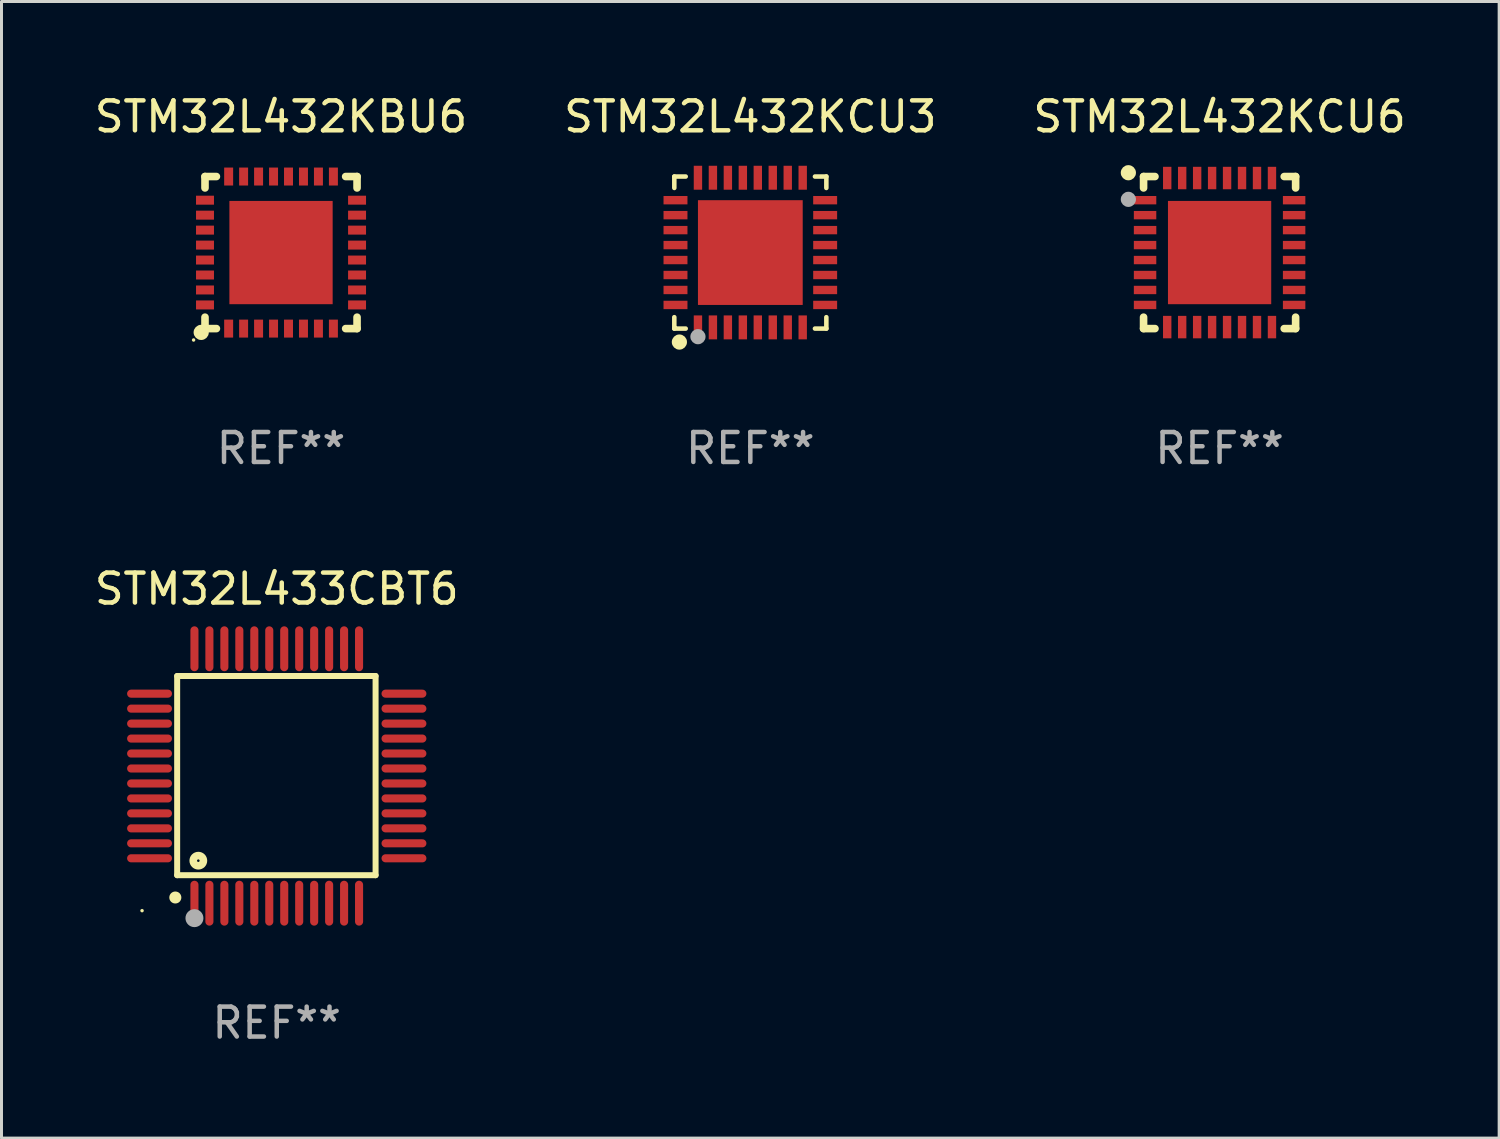
<source format=kicad_pcb>
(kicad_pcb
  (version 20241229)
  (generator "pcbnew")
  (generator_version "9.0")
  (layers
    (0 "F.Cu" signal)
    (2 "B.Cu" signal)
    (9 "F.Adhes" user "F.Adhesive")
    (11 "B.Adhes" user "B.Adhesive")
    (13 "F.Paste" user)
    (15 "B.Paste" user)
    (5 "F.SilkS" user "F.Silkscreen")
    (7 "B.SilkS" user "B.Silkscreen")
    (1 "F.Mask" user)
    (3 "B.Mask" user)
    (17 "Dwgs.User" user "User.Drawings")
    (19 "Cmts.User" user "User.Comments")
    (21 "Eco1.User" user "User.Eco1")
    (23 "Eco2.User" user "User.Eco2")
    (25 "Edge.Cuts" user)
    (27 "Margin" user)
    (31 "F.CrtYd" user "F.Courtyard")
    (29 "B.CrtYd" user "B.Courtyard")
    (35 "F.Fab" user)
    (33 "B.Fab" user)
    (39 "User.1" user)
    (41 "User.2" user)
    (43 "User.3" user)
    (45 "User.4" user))
  (footprint "STM32L432KCU6"
    (layer "F.Cu")
    (at 37.696 5.388)
    (property "Reference" "STM32L432KCU6" (at 0 -4.54 0) (layer "F.SilkS") (effects (font (size 1 1) (thickness 0.15))))
    (attr through_hole)
    (fp_line (start -2.54 -2.54) (end -2.159 -2.54) (stroke (width 0.254) (type solid)) (layer "F.SilkS"))
    (fp_line (start -2.54 -2.159) (end -2.54 -2.54) (stroke (width 0.254) (type solid)) (layer "F.SilkS"))
    (fp_line (start -2.54 2.54) (end -2.54 2.159) (stroke (width 0.254) (type solid)) (layer "F.SilkS"))
    (fp_line (start -2.159 2.54) (end -2.54 2.54) (stroke (width 0.254) (type solid)) (layer "F.SilkS"))
    (fp_line (start 2.159 -2.54) (end 2.54 -2.54) (stroke (width 0.254) (type solid)) (layer "F.SilkS"))
    (fp_line (start 2.54 -2.54) (end 2.54 -2.159) (stroke (width 0.254) (type solid)) (layer "F.SilkS"))
    (fp_line (start 2.54 2.159) (end 2.54 2.54) (stroke (width 0.254) (type solid)) (layer "F.SilkS"))
    (fp_line (start 2.54 2.54) (end 2.159 2.54) (stroke (width 0.254) (type solid)) (layer "F.SilkS"))
    (fp_circle (center -3.048 -2.667) (end -2.921 -2.667) (stroke (width 0.254) (type solid)) (fill no) (layer "F.SilkS"))
    (fp_circle (center -2.5 -2.5) (end -2.47 -2.5) (stroke (width 0.06) (type solid)) (fill no) (layer "F.SilkS"))
    (fp_circle (center -3.048 -1.778) (end -2.921 -1.778) (stroke (width 0.254) (type solid)) (fill no) (layer "F.Fab"))
    (fp_text user "REF**" (at 0 6.54 0) (layer "F.Fab") (effects (font (size 1 1) (thickness 0.15))))
    (pad "1" smd rect (at -2.49 -1.75) (size 0.75 0.28) (layers "F.Cu" "F.Mask" "F.Paste"))
    (pad "2" smd rect (at -2.49 -1.25) (size 0.75 0.28) (layers "F.Cu" "F.Mask" "F.Paste"))
    (pad "3" smd rect (at -2.49 -0.75) (size 0.75 0.28) (layers "F.Cu" "F.Mask" "F.Paste"))
    (pad "4" smd rect (at -2.49 -0.25) (size 0.75 0.28) (layers "F.Cu" "F.Mask" "F.Paste"))
    (pad "5" smd rect (at -2.49 0.25) (size 0.75 0.28) (layers "F.Cu" "F.Mask" "F.Paste"))
    (pad "6" smd rect (at -2.49 0.75) (size 0.75 0.28) (layers "F.Cu" "F.Mask" "F.Paste"))
    (pad "7" smd rect (at -2.49 1.25) (size 0.75 0.28) (layers "F.Cu" "F.Mask" "F.Paste"))
    (pad "8" smd rect (at -2.49 1.75) (size 0.75 0.28) (layers "F.Cu" "F.Mask" "F.Paste"))
    (pad "9" smd rect (at -1.75 2.49) (size 0.28 0.75) (layers "F.Cu" "F.Mask" "F.Paste"))
    (pad "10" smd rect (at -1.25 2.49) (size 0.28 0.75) (layers "F.Cu" "F.Mask" "F.Paste"))
    (pad "11" smd rect (at -0.75 2.49) (size 0.28 0.75) (layers "F.Cu" "F.Mask" "F.Paste"))
    (pad "12" smd rect (at -0.25 2.49) (size 0.28 0.75) (layers "F.Cu" "F.Mask" "F.Paste"))
    (pad "13" smd rect (at 0.25 2.49) (size 0.28 0.75) (layers "F.Cu" "F.Mask" "F.Paste"))
    (pad "14" smd rect (at 0.75 2.49) (size 0.28 0.75) (layers "F.Cu" "F.Mask" "F.Paste"))
    (pad "15" smd rect (at 1.25 2.49) (size 0.28 0.75) (layers "F.Cu" "F.Mask" "F.Paste"))
    (pad "16" smd rect (at 1.75 2.49) (size 0.28 0.75) (layers "F.Cu" "F.Mask" "F.Paste"))
    (pad "17" smd rect (at 2.49 1.75) (size 0.75 0.28) (layers "F.Cu" "F.Mask" "F.Paste"))
    (pad "18" smd rect (at 2.49 1.25) (size 0.75 0.28) (layers "F.Cu" "F.Mask" "F.Paste"))
    (pad "19" smd rect (at 2.49 0.75) (size 0.75 0.28) (layers "F.Cu" "F.Mask" "F.Paste"))
    (pad "20" smd rect (at 2.49 0.25) (size 0.75 0.28) (layers "F.Cu" "F.Mask" "F.Paste"))
    (pad "21" smd rect (at 2.49 -0.25) (size 0.75 0.28) (layers "F.Cu" "F.Mask" "F.Paste"))
    (pad "22" smd rect (at 2.49 -0.75) (size 0.75 0.28) (layers "F.Cu" "F.Mask" "F.Paste"))
    (pad "23" smd rect (at 2.49 -1.25) (size 0.75 0.28) (layers "F.Cu" "F.Mask" "F.Paste"))
    (pad "24" smd rect (at 2.49 -1.75) (size 0.75 0.28) (layers "F.Cu" "F.Mask" "F.Paste"))
    (pad "25" smd rect (at 1.75 -2.49) (size 0.28 0.75) (layers "F.Cu" "F.Mask" "F.Paste"))
    (pad "26" smd rect (at 1.25 -2.49) (size 0.28 0.75) (layers "F.Cu" "F.Mask" "F.Paste"))
    (pad "27" smd rect (at 0.75 -2.49) (size 0.28 0.75) (layers "F.Cu" "F.Mask" "F.Paste"))
    (pad "28" smd rect (at 0.25 -2.49) (size 0.28 0.75) (layers "F.Cu" "F.Mask" "F.Paste"))
    (pad "29" smd rect (at -0.25 -2.49) (size 0.28 0.75) (layers "F.Cu" "F.Mask" "F.Paste"))
    (pad "30" smd rect (at -0.75 -2.49) (size 0.28 0.75) (layers "F.Cu" "F.Mask" "F.Paste"))
    (pad "31" smd rect (at -1.25 -2.49) (size 0.28 0.75) (layers "F.Cu" "F.Mask" "F.Paste"))
    (pad "32" smd rect (at -1.75 -2.49) (size 0.28 0.75) (layers "F.Cu" "F.Mask" "F.Paste"))
    (pad "33" smd rect (at 0 0) (size 3.45 3.45) (layers "F.Cu" "F.Mask" "F.Paste")))
  (footprint "STM32L432KCU3"
    (layer "F.Cu")
    (at 22.018 5.388)
    (property "Reference" "STM32L432KCU3" (at 0 -4.54 0) (layer "F.SilkS") (effects (font (size 1 1) (thickness 0.15))))
    (attr through_hole)
    (fp_line (start -2.54 -2.54) (end -2.159 -2.54) (stroke (width 0.152) (type solid)) (layer "F.SilkS"))
    (fp_line (start -2.54 -2.159) (end -2.54 -2.54) (stroke (width 0.152) (type solid)) (layer "F.SilkS"))
    (fp_line (start -2.54 2.54) (end -2.54 2.159) (stroke (width 0.152) (type solid)) (layer "F.SilkS"))
    (fp_line (start -2.159 2.54) (end -2.54 2.54) (stroke (width 0.152) (type solid)) (layer "F.SilkS"))
    (fp_line (start 2.159 -2.54) (end 2.54 -2.54) (stroke (width 0.152) (type solid)) (layer "F.SilkS"))
    (fp_line (start 2.54 -2.54) (end 2.54 -2.159) (stroke (width 0.152) (type solid)) (layer "F.SilkS"))
    (fp_line (start 2.54 2.159) (end 2.54 2.54) (stroke (width 0.152) (type solid)) (layer "F.SilkS"))
    (fp_line (start 2.54 2.54) (end 2.159 2.54) (stroke (width 0.152) (type solid)) (layer "F.SilkS"))
    (fp_circle (center -2.5 2.5) (end -2.47 2.5) (stroke (width 0.06) (type solid)) (fill no) (layer "F.SilkS"))
    (fp_circle (center -2.37 2.99) (end -2.243 2.99) (stroke (width 0.254) (type solid)) (fill no) (layer "F.SilkS"))
    (fp_circle (center -1.75 2.81) (end -1.623 2.81) (stroke (width 0.254) (type solid)) (fill no) (layer "F.Fab"))
    (fp_text user "REF**" (at 0 6.54 0) (layer "F.Fab") (effects (font (size 1 1) (thickness 0.15))))
    (pad "1" smd rect (at -1.75 2.5) (size 0.28 0.8) (layers "F.Cu" "F.Mask" "F.Paste"))
    (pad "2" smd rect (at -1.25 2.5) (size 0.28 0.8) (layers "F.Cu" "F.Mask" "F.Paste"))
    (pad "3" smd rect (at -0.75 2.5) (size 0.28 0.8) (layers "F.Cu" "F.Mask" "F.Paste"))
    (pad "4" smd rect (at -0.25 2.5) (size 0.28 0.8) (layers "F.Cu" "F.Mask" "F.Paste"))
    (pad "5" smd rect (at 0.25 2.5) (size 0.28 0.8) (layers "F.Cu" "F.Mask" "F.Paste"))
    (pad "6" smd rect (at 0.75 2.5) (size 0.28 0.8) (layers "F.Cu" "F.Mask" "F.Paste"))
    (pad "7" smd rect (at 1.25 2.5) (size 0.28 0.8) (layers "F.Cu" "F.Mask" "F.Paste"))
    (pad "8" smd rect (at 1.75 2.5) (size 0.28 0.8) (layers "F.Cu" "F.Mask" "F.Paste"))
    (pad "9" smd rect (at 2.5 1.75) (size 0.8 0.28) (layers "F.Cu" "F.Mask" "F.Paste"))
    (pad "10" smd rect (at 2.5 1.25) (size 0.8 0.28) (layers "F.Cu" "F.Mask" "F.Paste"))
    (pad "11" smd rect (at 2.5 0.75) (size 0.8 0.28) (layers "F.Cu" "F.Mask" "F.Paste"))
    (pad "12" smd rect (at 2.5 0.25) (size 0.8 0.28) (layers "F.Cu" "F.Mask" "F.Paste"))
    (pad "13" smd rect (at 2.5 -0.25) (size 0.8 0.28) (layers "F.Cu" "F.Mask" "F.Paste"))
    (pad "14" smd rect (at 2.5 -0.75) (size 0.8 0.28) (layers "F.Cu" "F.Mask" "F.Paste"))
    (pad "15" smd rect (at 2.5 -1.25) (size 0.8 0.28) (layers "F.Cu" "F.Mask" "F.Paste"))
    (pad "16" smd rect (at 2.5 -1.75) (size 0.8 0.28) (layers "F.Cu" "F.Mask" "F.Paste"))
    (pad "17" smd rect (at 1.75 -2.5) (size 0.28 0.8) (layers "F.Cu" "F.Mask" "F.Paste"))
    (pad "18" smd rect (at 1.25 -2.5) (size 0.28 0.8) (layers "F.Cu" "F.Mask" "F.Paste"))
    (pad "19" smd rect (at 0.75 -2.5) (size 0.28 0.8) (layers "F.Cu" "F.Mask" "F.Paste"))
    (pad "20" smd rect (at 0.25 -2.5) (size 0.28 0.8) (layers "F.Cu" "F.Mask" "F.Paste"))
    (pad "21" smd rect (at -0.25 -2.5) (size 0.28 0.8) (layers "F.Cu" "F.Mask" "F.Paste"))
    (pad "22" smd rect (at -0.75 -2.5) (size 0.28 0.8) (layers "F.Cu" "F.Mask" "F.Paste"))
    (pad "23" smd rect (at -1.25 -2.5) (size 0.28 0.8) (layers "F.Cu" "F.Mask" "F.Paste"))
    (pad "24" smd rect (at -1.75 -2.5) (size 0.28 0.8) (layers "F.Cu" "F.Mask" "F.Paste"))
    (pad "25" smd rect (at -2.5 -1.75) (size 0.8 0.28) (layers "F.Cu" "F.Mask" "F.Paste"))
    (pad "26" smd rect (at -2.5 -1.25) (size 0.8 0.28) (layers "F.Cu" "F.Mask" "F.Paste"))
    (pad "27" smd rect (at -2.5 -0.75) (size 0.8 0.28) (layers "F.Cu" "F.Mask" "F.Paste"))
    (pad "28" smd rect (at -2.5 -0.25) (size 0.8 0.28) (layers "F.Cu" "F.Mask" "F.Paste"))
    (pad "29" smd rect (at -2.5 0.25) (size 0.8 0.28) (layers "F.Cu" "F.Mask" "F.Paste"))
    (pad "30" smd rect (at -2.5 0.75) (size 0.8 0.28) (layers "F.Cu" "F.Mask" "F.Paste"))
    (pad "31" smd rect (at -2.5 1.25) (size 0.8 0.28) (layers "F.Cu" "F.Mask" "F.Paste"))
    (pad "32" smd rect (at -2.5 1.75) (size 0.8 0.28) (layers "F.Cu" "F.Mask" "F.Paste"))
    (pad "33" smd rect (at 0.000127 0.000127) (size 3.5 3.5) (layers "F.Cu" "F.Mask" "F.Paste")))
  (footprint "STM32L433CBT6"
    (layer "F.Cu")
    (at 6.196 22.875)
    (property "Reference" "STM32L433CBT6" (at 0 -6.25 0) (layer "F.SilkS") (effects (font (size 1 1) (thickness 0.15))))
    (attr through_hole)
    (fp_line (start -3.327 -3.34) (end -2.565 -3.34) (stroke (width 0.2) (type solid)) (layer "F.SilkS"))
    (fp_line (start -3.327 3.315) (end -3.327 -3.34) (stroke (width 0.2) (type solid)) (layer "F.SilkS"))
    (fp_line (start -2.896 -3.34) (end 3.302 -3.34) (stroke (width 0.2) (type solid)) (layer "F.SilkS"))
    (fp_line (start 3.302 -3.34) (end 3.302 3.315) (stroke (width 0.2) (type solid)) (layer "F.SilkS"))
    (fp_line (start 3.302 3.315) (end -3.327 3.315) (stroke (width 0.2) (type solid)) (layer "F.SilkS"))
    (fp_arc (start -3.389992 4.059995) (mid -3.388722 4.059991) (end -3.387452 4.059995) (stroke (width 0.4) (type solid)) (layer "F.SilkS"))
    (fp_circle (center -4.5 4.5) (end -4.47 4.5) (stroke (width 0.06) (type solid)) (fill no) (layer "F.SilkS"))
    (fp_circle (center -2.62 2.83) (end -2.45 2.83) (stroke (width 0.254) (type solid)) (fill no) (layer "F.SilkS"))
    (fp_circle (center -2.75 4.75) (end -2.6 4.75) (stroke (width 0.3) (type solid)) (fill no) (layer "F.Fab"))
    (fp_text user "REF**" (at 0 8.25 0) (layer "F.Fab") (effects (font (size 1 1) (thickness 0.15))))
    (pad "1" smd oval (at -2.75 4.25) (size 0.27 1.5) (layers "F.Cu" "F.Mask" "F.Paste"))
    (pad "2" smd oval (at -2.25 4.25) (size 0.27 1.5) (layers "F.Cu" "F.Mask" "F.Paste"))
    (pad "3" smd oval (at -1.75 4.25) (size 0.27 1.5) (layers "F.Cu" "F.Mask" "F.Paste"))
    (pad "4" smd oval (at -1.25 4.25) (size 0.27 1.5) (layers "F.Cu" "F.Mask" "F.Paste"))
    (pad "5" smd oval (at -0.75 4.25) (size 0.27 1.5) (layers "F.Cu" "F.Mask" "F.Paste"))
    (pad "6" smd oval (at -0.25 4.25) (size 0.27 1.5) (layers "F.Cu" "F.Mask" "F.Paste"))
    (pad "7" smd oval (at 0.25 4.25) (size 0.27 1.5) (layers "F.Cu" "F.Mask" "F.Paste"))
    (pad "8" smd oval (at 0.75 4.25) (size 0.27 1.5) (layers "F.Cu" "F.Mask" "F.Paste"))
    (pad "9" smd oval (at 1.25 4.25) (size 0.27 1.5) (layers "F.Cu" "F.Mask" "F.Paste"))
    (pad "10" smd oval (at 1.75 4.25) (size 0.27 1.5) (layers "F.Cu" "F.Mask" "F.Paste"))
    (pad "11" smd oval (at 2.25 4.25) (size 0.27 1.5) (layers "F.Cu" "F.Mask" "F.Paste"))
    (pad "12" smd oval (at 2.75 4.25) (size 0.27 1.5) (layers "F.Cu" "F.Mask" "F.Paste"))
    (pad "13" smd oval (at 4.25 2.75) (size 1.5 0.27) (layers "F.Cu" "F.Mask" "F.Paste"))
    (pad "14" smd oval (at 4.25 2.25) (size 1.5 0.27) (layers "F.Cu" "F.Mask" "F.Paste"))
    (pad "15" smd oval (at 4.25 1.75) (size 1.5 0.27) (layers "F.Cu" "F.Mask" "F.Paste"))
    (pad "16" smd oval (at 4.25 1.25) (size 1.5 0.27) (layers "F.Cu" "F.Mask" "F.Paste"))
    (pad "17" smd oval (at 4.25 0.75) (size 1.5 0.27) (layers "F.Cu" "F.Mask" "F.Paste"))
    (pad "18" smd oval (at 4.25 0.25) (size 1.5 0.27) (layers "F.Cu" "F.Mask" "F.Paste"))
    (pad "19" smd oval (at 4.25 -0.25) (size 1.5 0.27) (layers "F.Cu" "F.Mask" "F.Paste"))
    (pad "20" smd oval (at 4.25 -0.75) (size 1.5 0.27) (layers "F.Cu" "F.Mask" "F.Paste"))
    (pad "21" smd oval (at 4.25 -1.25) (size 1.5 0.27) (layers "F.Cu" "F.Mask" "F.Paste"))
    (pad "22" smd oval (at 4.25 -1.75) (size 1.5 0.27) (layers "F.Cu" "F.Mask" "F.Paste"))
    (pad "23" smd oval (at 4.25 -2.25) (size 1.5 0.27) (layers "F.Cu" "F.Mask" "F.Paste"))
    (pad "24" smd oval (at 4.25 -2.75) (size 1.5 0.27) (layers "F.Cu" "F.Mask" "F.Paste"))
    (pad "25" smd oval (at 2.75 -4.25) (size 0.27 1.5) (layers "F.Cu" "F.Mask" "F.Paste"))
    (pad "26" smd oval (at 2.25 -4.25) (size 0.27 1.5) (layers "F.Cu" "F.Mask" "F.Paste"))
    (pad "27" smd oval (at 1.75 -4.25) (size 0.27 1.5) (layers "F.Cu" "F.Mask" "F.Paste"))
    (pad "28" smd oval (at 1.25 -4.25) (size 0.27 1.5) (layers "F.Cu" "F.Mask" "F.Paste"))
    (pad "29" smd oval (at 0.75 -4.25) (size 0.27 1.5) (layers "F.Cu" "F.Mask" "F.Paste"))
    (pad "30" smd oval (at 0.25 -4.25) (size 0.27 1.5) (layers "F.Cu" "F.Mask" "F.Paste"))
    (pad "31" smd oval (at -0.25 -4.25) (size 0.27 1.5) (layers "F.Cu" "F.Mask" "F.Paste"))
    (pad "32" smd oval (at -0.75 -4.25) (size 0.27 1.5) (layers "F.Cu" "F.Mask" "F.Paste"))
    (pad "33" smd oval (at -1.25 -4.25) (size 0.27 1.5) (layers "F.Cu" "F.Mask" "F.Paste"))
    (pad "34" smd oval (at -1.75 -4.25) (size 0.27 1.5) (layers "F.Cu" "F.Mask" "F.Paste"))
    (pad "35" smd oval (at -2.25 -4.25) (size 0.27 1.5) (layers "F.Cu" "F.Mask" "F.Paste"))
    (pad "36" smd oval (at -2.75 -4.25) (size 0.27 1.5) (layers "F.Cu" "F.Mask" "F.Paste"))
    (pad "37" smd oval (at -4.25 -2.75) (size 1.5 0.27) (layers "F.Cu" "F.Mask" "F.Paste"))
    (pad "38" smd oval (at -4.25 -2.25) (size 1.5 0.27) (layers "F.Cu" "F.Mask" "F.Paste"))
    (pad "39" smd oval (at -4.25 -1.75) (size 1.5 0.27) (layers "F.Cu" "F.Mask" "F.Paste"))
    (pad "40" smd oval (at -4.25 -1.25) (size 1.5 0.27) (layers "F.Cu" "F.Mask" "F.Paste"))
    (pad "41" smd oval (at -4.25 -0.75) (size 1.5 0.27) (layers "F.Cu" "F.Mask" "F.Paste"))
    (pad "42" smd oval (at -4.25 -0.25) (size 1.5 0.27) (layers "F.Cu" "F.Mask" "F.Paste"))
    (pad "43" smd oval (at -4.25 0.25) (size 1.5 0.27) (layers "F.Cu" "F.Mask" "F.Paste"))
    (pad "44" smd oval (at -4.25 0.75) (size 1.5 0.27) (layers "F.Cu" "F.Mask" "F.Paste"))
    (pad "45" smd oval (at -4.25 1.25) (size 1.5 0.27) (layers "F.Cu" "F.Mask" "F.Paste"))
    (pad "46" smd oval (at -4.25 1.75) (size 1.5 0.27) (layers "F.Cu" "F.Mask" "F.Paste"))
    (pad "47" smd oval (at -4.25 2.25) (size 1.5 0.27) (layers "F.Cu" "F.Mask" "F.Paste"))
    (pad "48" smd oval (at -4.25 2.75) (size 1.5 0.27) (layers "F.Cu" "F.Mask" "F.Paste")))
  (footprint "STM32L432KBU6"
    (layer "F.Cu")
    (at 6.339 5.388)
    (property "Reference" "STM32L432KBU6" (at 0 -4.54 0) (layer "F.SilkS") (effects (font (size 1 1) (thickness 0.15))))
    (attr through_hole)
    (fp_line (start -2.54 -2.54) (end -2.159 -2.54) (stroke (width 0.254) (type solid)) (layer "F.SilkS"))
    (fp_line (start -2.54 -2.159) (end -2.54 -2.54) (stroke (width 0.254) (type solid)) (layer "F.SilkS"))
    (fp_line (start -2.54 2.54) (end -2.54 2.159) (stroke (width 0.254) (type solid)) (layer "F.SilkS"))
    (fp_line (start -2.159 2.54) (end -2.54 2.54) (stroke (width 0.254) (type solid)) (layer "F.SilkS"))
    (fp_line (start 2.159 -2.54) (end 2.54 -2.54) (stroke (width 0.254) (type solid)) (layer "F.SilkS"))
    (fp_line (start 2.54 -2.54) (end 2.54 -2.159) (stroke (width 0.254) (type solid)) (layer "F.SilkS"))
    (fp_line (start 2.54 2.159) (end 2.54 2.54) (stroke (width 0.254) (type solid)) (layer "F.SilkS"))
    (fp_line (start 2.54 2.54) (end 2.159 2.54) (stroke (width 0.254) (type solid)) (layer "F.SilkS"))
    (fp_circle (center -2.921 2.921) (end -2.891 2.921) (stroke (width 0.06) (type solid)) (fill no) (layer "F.SilkS"))
    (fp_circle (center -2.667 2.667) (end -2.54 2.667) (stroke (width 0.254) (type solid)) (fill no) (layer "F.SilkS"))
    (fp_text user "REF**" (at 0 6.54 0) (layer "F.Fab") (effects (font (size 1 1) (thickness 0.15))))
    (pad "1" smd rect (at -1.75 2.54 90) (size 0.6 0.3) (layers "F.Cu" "F.Mask" "F.Paste"))
    (pad "2" smd rect (at -1.25 2.54 90) (size 0.6 0.3) (layers "F.Cu" "F.Mask" "F.Paste"))
    (pad "3" smd rect (at -0.75 2.54 90) (size 0.6 0.3) (layers "F.Cu" "F.Mask" "F.Paste"))
    (pad "4" smd rect (at -0.25 2.54 90) (size 0.6 0.3) (layers "F.Cu" "F.Mask" "F.Paste"))
    (pad "5" smd rect (at 0.25 2.54 90) (size 0.6 0.3) (layers "F.Cu" "F.Mask" "F.Paste"))
    (pad "6" smd rect (at 0.75 2.54 90) (size 0.6 0.3) (layers "F.Cu" "F.Mask" "F.Paste"))
    (pad "7" smd rect (at 1.25 2.54 90) (size 0.6 0.3) (layers "F.Cu" "F.Mask" "F.Paste"))
    (pad "8" smd rect (at 1.75 2.54 90) (size 0.6 0.3) (layers "F.Cu" "F.Mask" "F.Paste"))
    (pad "9" smd rect (at 2.54 1.75 180) (size 0.6 0.3) (layers "F.Cu" "F.Mask" "F.Paste"))
    (pad "10" smd rect (at 2.54 1.25 180) (size 0.6 0.3) (layers "F.Cu" "F.Mask" "F.Paste"))
    (pad "11" smd rect (at 2.54 0.75 180) (size 0.6 0.3) (layers "F.Cu" "F.Mask" "F.Paste"))
    (pad "12" smd rect (at 2.54 0.25 180) (size 0.6 0.3) (layers "F.Cu" "F.Mask" "F.Paste"))
    (pad "13" smd rect (at 2.54 -0.25 180) (size 0.6 0.3) (layers "F.Cu" "F.Mask" "F.Paste"))
    (pad "14" smd rect (at 2.54 -0.75 180) (size 0.6 0.3) (layers "F.Cu" "F.Mask" "F.Paste"))
    (pad "15" smd rect (at 2.54 -1.25 180) (size 0.6 0.3) (layers "F.Cu" "F.Mask" "F.Paste"))
    (pad "16" smd rect (at 2.54 -1.75 180) (size 0.6 0.3) (layers "F.Cu" "F.Mask" "F.Paste"))
    (pad "17" smd rect (at 1.75 -2.54 270) (size 0.6 0.3) (layers "F.Cu" "F.Mask" "F.Paste"))
    (pad "18" smd rect (at 1.25 -2.54 270) (size 0.6 0.3) (layers "F.Cu" "F.Mask" "F.Paste"))
    (pad "19" smd rect (at 0.75 -2.54 270) (size 0.6 0.3) (layers "F.Cu" "F.Mask" "F.Paste"))
    (pad "20" smd rect (at 0.25 -2.54 270) (size 0.6 0.3) (layers "F.Cu" "F.Mask" "F.Paste"))
    (pad "21" smd rect (at -0.25 -2.54 270) (size 0.6 0.3) (layers "F.Cu" "F.Mask" "F.Paste"))
    (pad "22" smd rect (at -0.75 -2.54 270) (size 0.6 0.3) (layers "F.Cu" "F.Mask" "F.Paste"))
    (pad "23" smd rect (at -1.25 -2.54 270) (size 0.6 0.3) (layers "F.Cu" "F.Mask" "F.Paste"))
    (pad "24" smd rect (at -1.75 -2.54 270) (size 0.6 0.3) (layers "F.Cu" "F.Mask" "F.Paste"))
    (pad "25" smd rect (at -2.54 -1.75) (size 0.6 0.3) (layers "F.Cu" "F.Mask" "F.Paste"))
    (pad "26" smd rect (at -2.54 -1.25) (size 0.6 0.3) (layers "F.Cu" "F.Mask" "F.Paste"))
    (pad "27" smd rect (at -2.54 -0.75) (size 0.6 0.3) (layers "F.Cu" "F.Mask" "F.Paste"))
    (pad "28" smd rect (at -2.54 -0.25) (size 0.6 0.3) (layers "F.Cu" "F.Mask" "F.Paste"))
    (pad "29" smd rect (at -2.54 0.25) (size 0.6 0.3) (layers "F.Cu" "F.Mask" "F.Paste"))
    (pad "30" smd rect (at -2.54 0.75) (size 0.6 0.3) (layers "F.Cu" "F.Mask" "F.Paste"))
    (pad "31" smd rect (at -2.54 1.25) (size 0.6 0.3) (layers "F.Cu" "F.Mask" "F.Paste"))
    (pad "32" smd rect (at -2.54 1.75) (size 0.6 0.3) (layers "F.Cu" "F.Mask" "F.Paste"))
    (pad "33" smd rect (at 0 0) (size 3.45 3.45) (layers "F.Cu" "F.Mask" "F.Paste")))
  (gr_rect
    (start -3 -3)
    (end 47.036 34.973)
    (stroke (width 0.1) (type default))
    (fill no)
    (layer "Edge.Cuts")))
</source>
